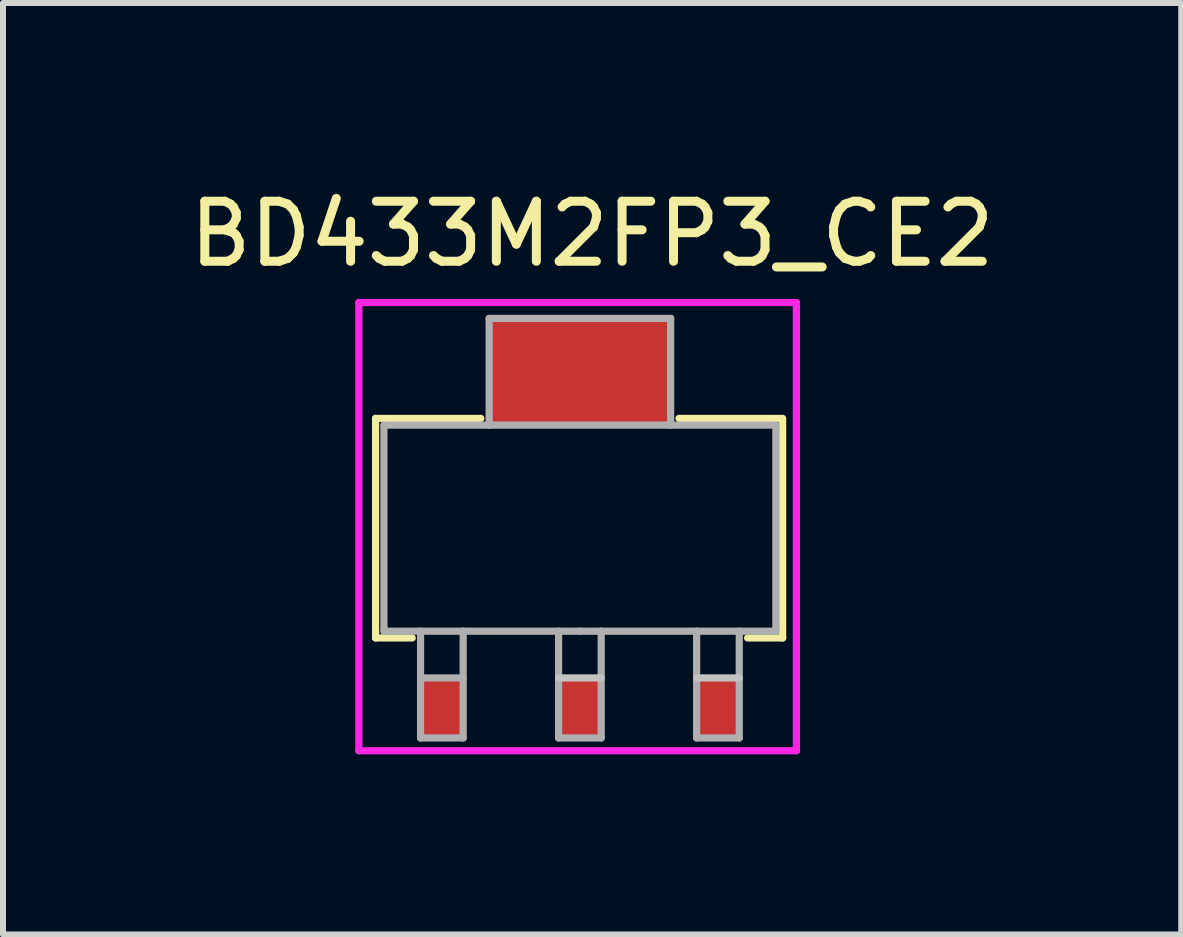
<source format=kicad_pcb>
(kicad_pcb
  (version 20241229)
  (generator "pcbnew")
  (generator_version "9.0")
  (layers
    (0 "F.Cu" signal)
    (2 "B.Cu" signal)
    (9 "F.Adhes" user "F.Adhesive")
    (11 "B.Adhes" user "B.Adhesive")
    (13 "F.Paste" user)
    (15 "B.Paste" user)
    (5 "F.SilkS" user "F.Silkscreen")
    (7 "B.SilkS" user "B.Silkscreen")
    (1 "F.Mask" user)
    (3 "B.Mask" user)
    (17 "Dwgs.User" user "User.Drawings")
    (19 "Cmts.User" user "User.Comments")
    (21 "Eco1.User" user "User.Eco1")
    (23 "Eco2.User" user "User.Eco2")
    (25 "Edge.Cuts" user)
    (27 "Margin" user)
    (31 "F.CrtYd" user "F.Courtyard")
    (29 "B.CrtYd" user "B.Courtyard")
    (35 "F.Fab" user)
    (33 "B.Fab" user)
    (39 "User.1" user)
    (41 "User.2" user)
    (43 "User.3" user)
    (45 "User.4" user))
  (footprint "BD433M2FP3_CE2"
    (layer "F.Cu")
    (at 6.612 5.75)
    (property "Reference" "BD433M2FP3_CE2" (at 0.203 -4.902 0) (layer "F.SilkS") (effects (font (size 1 1) (thickness 0.15))))
    (attr smd)
    (fp_line (start -3.404 -1.829) (end -1.651 -1.829) (stroke (width 0.12) (type solid)) (layer "F.SilkS"))
    (fp_line (start -3.404 1.829) (end -3.404 -1.829) (stroke (width 0.12) (type solid)) (layer "F.SilkS"))
    (fp_line (start -3.404 1.829) (end -2.794 1.829) (stroke (width 0.12) (type solid)) (layer "F.SilkS"))
    (fp_line (start 3.378 -1.829) (end 1.651 -1.829) (stroke (width 0.12) (type solid)) (layer "F.SilkS"))
    (fp_line (start 3.378 1.829) (end 2.794 1.829) (stroke (width 0.12) (type solid)) (layer "F.SilkS"))
    (fp_line (start 3.378 1.829) (end 3.378 -1.803) (stroke (width 0.12) (type solid)) (layer "F.SilkS"))
    (fp_line (start -0.355 2.495) (end 0.355 2.495) (stroke (width 0.12) (type solid)) (layer "Dwgs.User"))
    (fp_line (start 1.945 2.495) (end 2.655 2.495) (stroke (width 0.12) (type solid)) (layer "Dwgs.User"))
    (fp_line (start -3.683 -3.759) (end -3.683 3.708) (stroke (width 0.12) (type solid)) (layer "F.CrtYd"))
    (fp_line (start -3.683 3.708) (end 3.607 3.708) (stroke (width 0.12) (type solid)) (layer "F.CrtYd"))
    (fp_line (start 3.607 -3.759) (end -3.683 -3.759) (stroke (width 0.12) (type solid)) (layer "F.CrtYd"))
    (fp_line (start 3.607 3.708) (end 3.607 -3.759) (stroke (width 0.12) (type solid)) (layer "F.CrtYd"))
    (fp_line (start -3.265 -1.717) (end 3.265 -1.717) (stroke (width 0.12) (type solid)) (layer "F.Fab"))
    (fp_line (start -3.265 1.717) (end -3.265 -1.717) (stroke (width 0.12) (type solid)) (layer "F.Fab"))
    (fp_line (start -2.655 3.495) (end -2.655 1.715) (stroke (width 0.12) (type solid)) (layer "F.Fab"))
    (fp_line (start -1.945 1.715) (end -1.945 3.495) (stroke (width 0.12) (type solid)) (layer "F.Fab"))
    (fp_line (start -1.945 2.495) (end -2.655 2.495) (stroke (width 0.12) (type solid)) (layer "F.Fab"))
    (fp_line (start -1.945 3.495) (end -2.655 3.495) (stroke (width 0.12) (type solid)) (layer "F.Fab"))
    (fp_line (start -1.512 -3.495) (end 1.512 -3.495) (stroke (width 0.12) (type solid)) (layer "F.Fab"))
    (fp_line (start -1.512 -1.715) (end -1.512 -3.495) (stroke (width 0.12) (type solid)) (layer "F.Fab"))
    (fp_line (start -0.355 3.495) (end -0.355 1.715) (stroke (width 0.12) (type solid)) (layer "F.Fab"))
    (fp_line (start 0 1.717) (end -3.265 1.717) (stroke (width 0.12) (type solid)) (layer "F.Fab"))
    (fp_line (start 0.355 1.715) (end 0.355 3.495) (stroke (width 0.12) (type solid)) (layer "F.Fab"))
    (fp_line (start 0.355 3.495) (end -0.355 3.495) (stroke (width 0.12) (type solid)) (layer "F.Fab"))
    (fp_line (start 1.512 -3.495) (end 1.512 -1.715) (stroke (width 0.12) (type solid)) (layer "F.Fab"))
    (fp_line (start 1.945 3.495) (end 1.945 1.715) (stroke (width 0.12) (type solid)) (layer "F.Fab"))
    (fp_line (start 2.655 1.715) (end 2.655 3.495) (stroke (width 0.12) (type solid)) (layer "F.Fab"))
    (fp_line (start 2.655 3.495) (end 1.945 3.495) (stroke (width 0.12) (type solid)) (layer "F.Fab"))
    (fp_line (start 3.265 -1.717) (end 3.265 1.717) (stroke (width 0.12) (type solid)) (layer "F.Fab"))
    (fp_line (start 3.265 1.717) (end 0 1.717) (stroke (width 0.12) (type solid)) (layer "F.Fab"))
    (pad "1" smd rect (at -2.3 2.995) (size 0.71 1) (layers "F.Cu" "F.Mask" "F.Paste"))
    (pad "2" smd rect (at 0 2.995) (size 0.71 1) (layers "F.Cu" "F.Mask" "F.Paste"))
    (pad "3" smd rect (at 2.3 2.995) (size 0.71 1) (layers "F.Cu" "F.Mask" "F.Paste"))
    (pad "4" smd rect (at 0 -2.605) (size 3.025 1.78) (layers "F.Cu" "F.Mask" "F.Paste")))
  (gr_rect
    (start -3 -3)
    (end 16.631 12.519)
    (stroke (width 0.1) (type default))
    (fill no)
    (layer "Edge.Cuts")))
</source>
